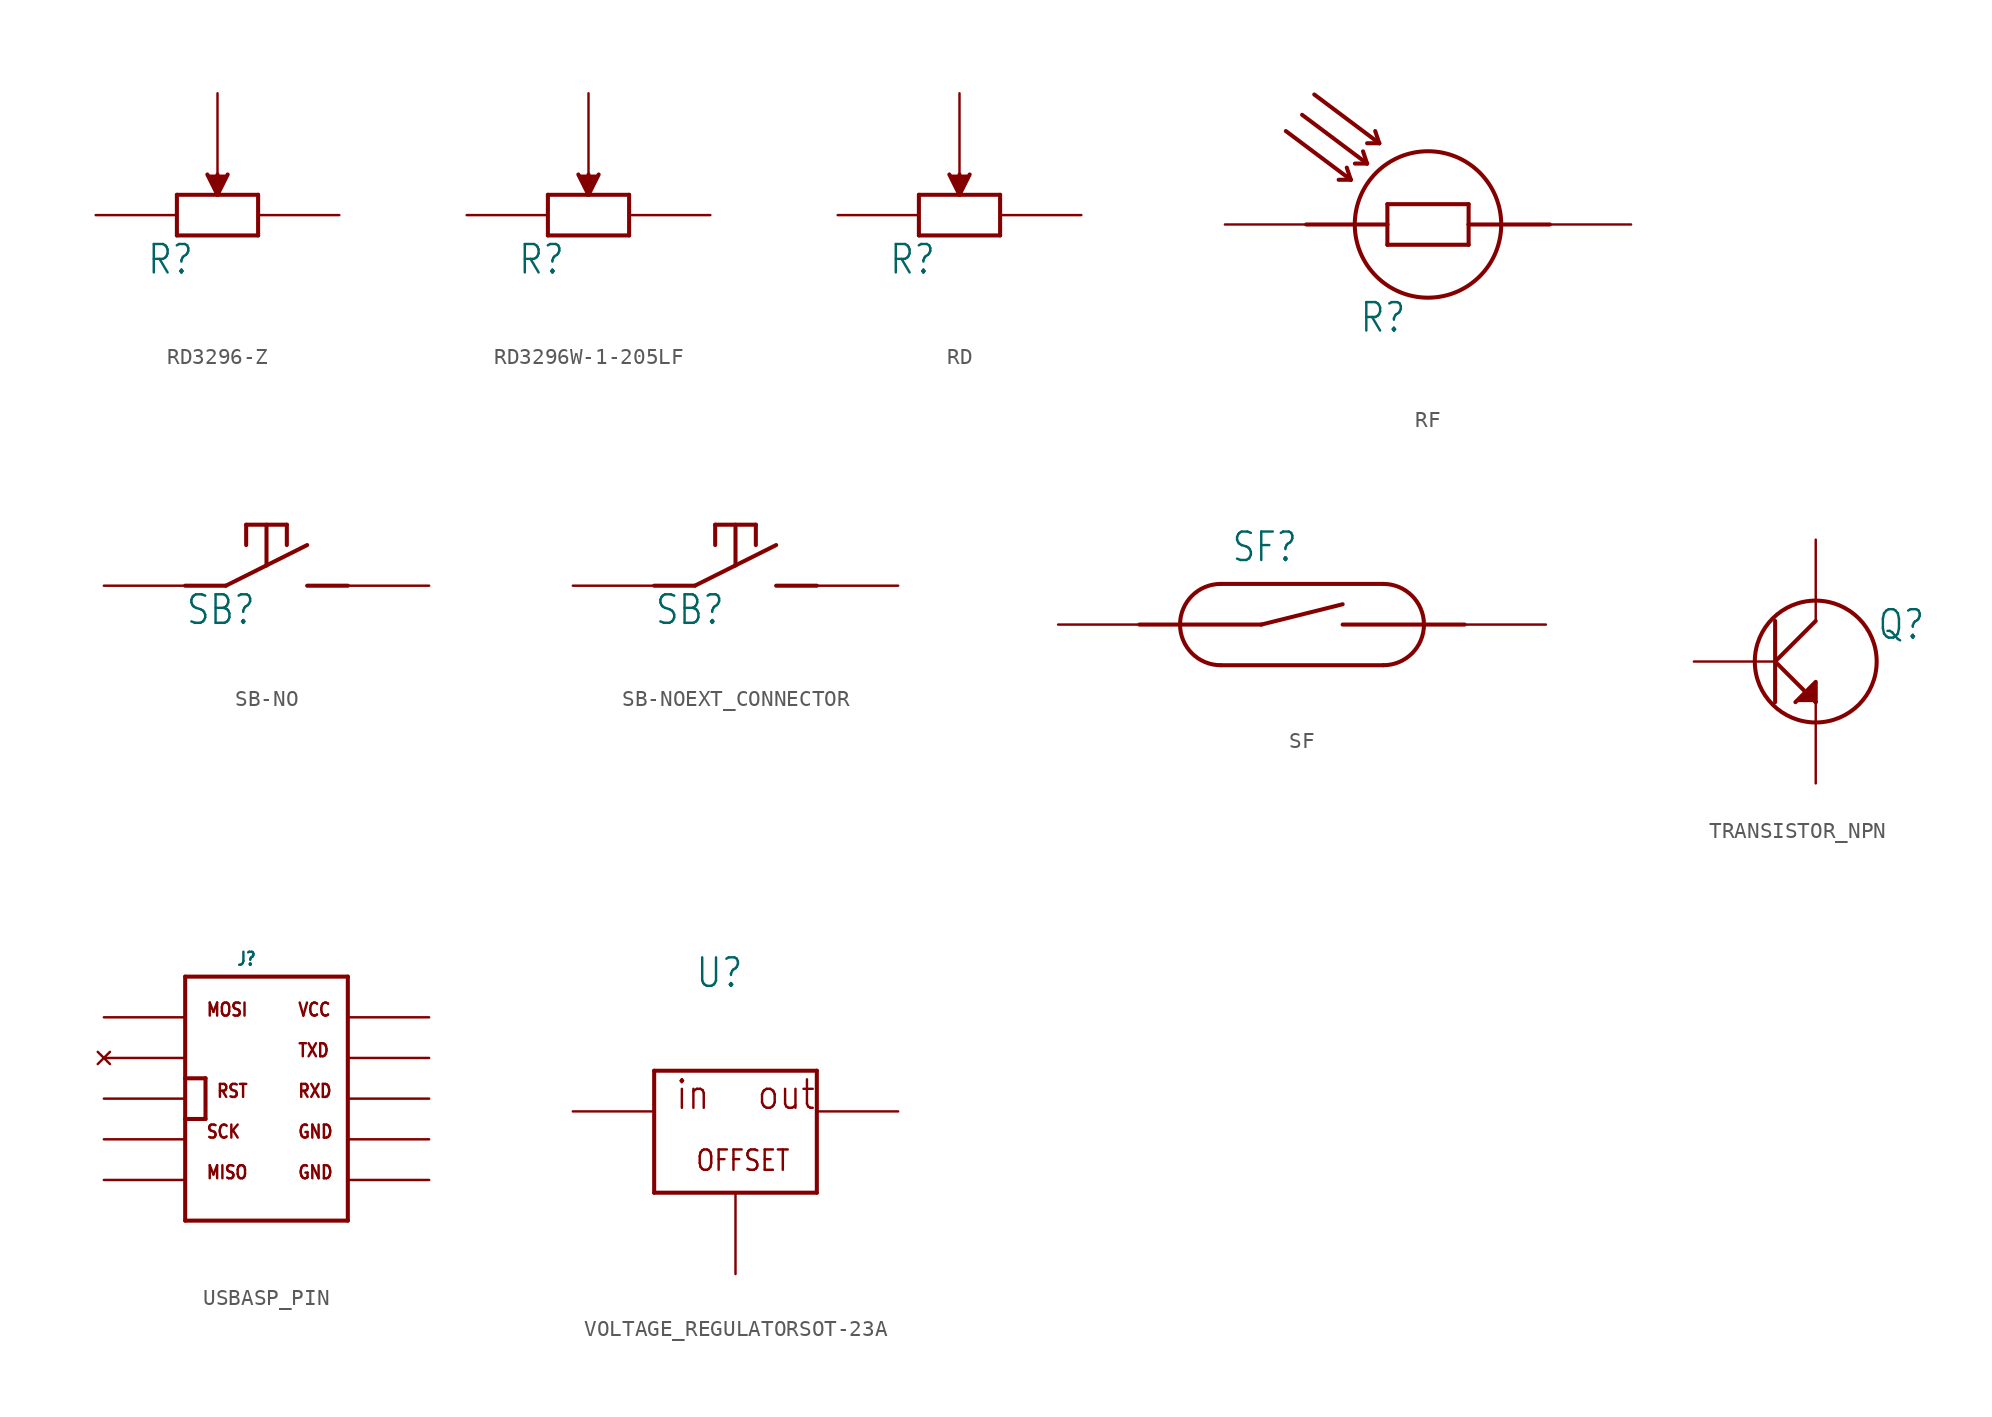
<source format=kicad_sym>
(kicad_symbol_lib
  (version 20231120)
  (generator "kicad_symbol_editor")
  (generator_version "8.0")
  (symbol "RD3296-Z"
    (property "Reference" "R"
      (at -4.445 -3.81 0)
      (effects (font (size 1.778 1.511)) (justify left bottom)))
    (property "Value" ""
      (at -5.08 -6.35 0)
      (effects (font (size 1.778 1.511)) (justify left bottom)))
    (property "ki_locked" ""
      (at 0 0 0)
      (effects (font (size 1.27 1.27))))
    (symbol "RD3296-Z_1_0"
      (polyline (pts (xy -2.54 -1.27) (xy 2.54 -1.27)) (stroke (width 0.254) (type solid)) (fill (type none)))
      (polyline (pts (xy -2.54 1.27) (xy -2.54 -1.27)) (stroke (width 0.254) (type solid)) (fill (type none)))
      (polyline (pts (xy -2.54 1.27) (xy 0 1.27)) (stroke (width 0.254) (type solid)) (fill (type none)))
      (polyline (pts (xy 0 1.27) (xy 0 2.54)) (stroke (width 0.254) (type solid)) (fill (type none)))
      (polyline (pts (xy 2.54 -1.27) (xy 2.54 1.27)) (stroke (width 0.254) (type solid)) (fill (type none)))
      (polyline (pts (xy 2.54 1.27) (xy 0 1.27)) (stroke (width 0.254) (type solid)) (fill (type none)))
      (polyline (pts (xy -0.635 2.54) (xy 0 1.27) (xy 0.635 2.54)) (stroke (width 0.254) (type solid)) (fill (type outline)))
      (pin bidirectional line (at -7.62 0 0) (length 5.08) (name "P1" (effects (font (size 0 0)))) (number "P1" (effects (font (size 0 0)))))
      (pin bidirectional line (at 7.62 0 180) (length 5.08) (name "P2" (effects (font (size 0 0)))) (number "P2" (effects (font (size 0 0)))))
      (pin bidirectional line (at 0 7.62 270) (length 5.08) (name "P3" (effects (font (size 0 0)))) (number "P3" (effects (font (size 0 0)))))))
  (symbol "RD3296W-1-205LF"
    (property "Reference" "R"
      (at -4.445 -3.81 0)
      (effects (font (size 1.778 1.511)) (justify left bottom)))
    (property "Value" ""
      (at -5.08 -6.35 0)
      (effects (font (size 1.778 1.511)) (justify left bottom)))
    (property "ki_locked" ""
      (at 0 0 0)
      (effects (font (size 1.27 1.27))))
    (symbol "RD3296W-1-205LF_1_0"
      (polyline (pts (xy -2.54 -1.27) (xy 2.54 -1.27)) (stroke (width 0.254) (type solid)) (fill (type none)))
      (polyline (pts (xy -2.54 1.27) (xy -2.54 -1.27)) (stroke (width 0.254) (type solid)) (fill (type none)))
      (polyline (pts (xy -2.54 1.27) (xy 0 1.27)) (stroke (width 0.254) (type solid)) (fill (type none)))
      (polyline (pts (xy 0 1.27) (xy 0 2.54)) (stroke (width 0.254) (type solid)) (fill (type none)))
      (polyline (pts (xy 2.54 -1.27) (xy 2.54 1.27)) (stroke (width 0.254) (type solid)) (fill (type none)))
      (polyline (pts (xy 2.54 1.27) (xy 0 1.27)) (stroke (width 0.254) (type solid)) (fill (type none)))
      (polyline (pts (xy -0.635 2.54) (xy 0 1.27) (xy 0.635 2.54)) (stroke (width 0.254) (type solid)) (fill (type outline)))
      (pin bidirectional line (at -7.62 0 0) (length 5.08) (name "P1" (effects (font (size 0 0)))) (number "P1" (effects (font (size 0 0)))))
      (pin bidirectional line (at 7.62 0 180) (length 5.08) (name "P2" (effects (font (size 0 0)))) (number "P2" (effects (font (size 0 0)))))
      (pin bidirectional line (at 0 7.62 270) (length 5.08) (name "P3" (effects (font (size 0 0)))) (number "P3" (effects (font (size 0 0)))))))
  (symbol "RD"
    (property "Reference" "R"
      (at -4.445 -3.81 0)
      (effects (font (size 1.778 1.511)) (justify left bottom)))
    (property "Value" ""
      (at -5.08 -6.35 0)
      (effects (font (size 1.778 1.511)) (justify left bottom)))
    (property "ki_locked" ""
      (at 0 0 0)
      (effects (font (size 1.27 1.27))))
    (symbol "RD_1_0"
      (polyline (pts (xy -2.54 -1.27) (xy 2.54 -1.27)) (stroke (width 0.254) (type solid)) (fill (type none)))
      (polyline (pts (xy -2.54 1.27) (xy -2.54 -1.27)) (stroke (width 0.254) (type solid)) (fill (type none)))
      (polyline (pts (xy -2.54 1.27) (xy 0 1.27)) (stroke (width 0.254) (type solid)) (fill (type none)))
      (polyline (pts (xy 0 1.27) (xy 0 2.54)) (stroke (width 0.254) (type solid)) (fill (type none)))
      (polyline (pts (xy 2.54 -1.27) (xy 2.54 1.27)) (stroke (width 0.254) (type solid)) (fill (type none)))
      (polyline (pts (xy 2.54 1.27) (xy 0 1.27)) (stroke (width 0.254) (type solid)) (fill (type none)))
      (polyline (pts (xy -0.635 2.54) (xy 0 1.27) (xy 0.635 2.54)) (stroke (width 0.254) (type solid)) (fill (type outline)))
      (pin bidirectional line (at -7.62 0 0) (length 5.08) (name "P1" (effects (font (size 0 0)))) (number "P1" (effects (font (size 0 0)))))
      (pin bidirectional line (at 7.62 0 180) (length 5.08) (name "P2" (effects (font (size 0 0)))) (number "P2" (effects (font (size 0 0)))))
      (pin bidirectional line (at 0 7.62 270) (length 5.08) (name "P3" (effects (font (size 0 0)))) (number "P3" (effects (font (size 0 0)))))))
  (symbol "RF"
    (property "Reference" "R"
      (at -4.318 -6.858 0)
      (effects (font (size 1.778 1.511)) (justify left bottom)))
    (property "Value" ""
      (at -4.318 -9.398 0)
      (effects (font (size 1.778 1.511)) (justify left bottom)))
    (property "ki_locked" ""
      (at 0 0 0)
      (effects (font (size 1.27 1.27))))
    (symbol "RF_1_0"
      (polyline (pts (xy -8.89 5.842) (xy -4.826 2.794)) (stroke (width 0.254) (type solid)) (fill (type none)))
      (polyline (pts (xy -7.874 6.858) (xy -3.81 3.81)) (stroke (width 0.254) (type solid)) (fill (type none)))
      (polyline (pts (xy -7.62 0) (xy -2.54 0)) (stroke (width 0.254) (type solid)) (fill (type none)))
      (polyline (pts (xy -7.112 8.128) (xy -3.048 5.08)) (stroke (width 0.254) (type solid)) (fill (type none)))
      (polyline (pts (xy -4.826 2.794) (xy -5.588 2.794)) (stroke (width 0.254) (type solid)) (fill (type none)))
      (polyline (pts (xy -4.826 2.794) (xy -5.08 3.556)) (stroke (width 0.254) (type solid)) (fill (type none)))
      (polyline (pts (xy -3.81 3.81) (xy -4.572 3.81)) (stroke (width 0.254) (type solid)) (fill (type none)))
      (polyline (pts (xy -3.81 3.81) (xy -4.064 4.572)) (stroke (width 0.254) (type solid)) (fill (type none)))
      (polyline (pts (xy -3.048 5.08) (xy -3.81 5.08)) (stroke (width 0.254) (type solid)) (fill (type none)))
      (polyline (pts (xy -3.048 5.08) (xy -3.302 5.842)) (stroke (width 0.254) (type solid)) (fill (type none)))
      (polyline (pts (xy -2.54 -1.27) (xy 2.54 -1.27)) (stroke (width 0.254) (type solid)) (fill (type none)))
      (polyline (pts (xy -2.54 0) (xy -2.54 -1.27)) (stroke (width 0.254) (type solid)) (fill (type none)))
      (polyline (pts (xy -2.54 1.27) (xy -2.54 0)) (stroke (width 0.254) (type solid)) (fill (type none)))
      (polyline (pts (xy 2.54 -1.27) (xy 2.54 0)) (stroke (width 0.254) (type solid)) (fill (type none)))
      (polyline (pts (xy 2.54 0) (xy 2.54 1.27)) (stroke (width 0.254) (type solid)) (fill (type none)))
      (polyline (pts (xy 2.54 0) (xy 7.62 0)) (stroke (width 0.254) (type solid)) (fill (type none)))
      (polyline (pts (xy 2.54 1.27) (xy -2.54 1.27)) (stroke (width 0.254) (type solid)) (fill (type none)))
      (circle (center 0 0) (radius 4.579) (stroke (width 0.254) (type solid)) (fill (type none)))
      (pin bidirectional line (at -12.7 0 0) (length 5.08) (name "P$1" (effects (font (size 0 0)))) (number "PIN1" (effects (font (size 0 0)))))
      (pin bidirectional line (at 12.7 0 180) (length 5.08) (name "P$2" (effects (font (size 0 0)))) (number "PIN2" (effects (font (size 0 0)))))))
  (symbol "SB-NO"
    (property "Reference" "SB"
      (at -5.08 -2.54 0)
      (effects (font (size 1.778 1.511)) (justify left bottom)))
    (property "Value" ""
      (at -5.08 -5.08 0)
      (effects (font (size 1.778 1.511)) (justify left bottom)))
    (property "ki_locked" ""
      (at 0 0 0)
      (effects (font (size 1.27 1.27))))
    (symbol "SB-NO_1_0"
      (polyline (pts (xy -5.08 0) (xy -2.54 0)) (stroke (width 0.254) (type solid)) (fill (type none)))
      (polyline (pts (xy -2.54 0) (xy 0 1.27)) (stroke (width 0.254) (type solid)) (fill (type none)))
      (polyline (pts (xy -1.27 2.54) (xy -1.27 3.81)) (stroke (width 0.254) (type solid)) (fill (type none)))
      (polyline (pts (xy -1.27 3.81) (xy 1.27 3.81)) (stroke (width 0.254) (type solid)) (fill (type none)))
      (polyline (pts (xy 0 1.27) (xy 0 3.81)) (stroke (width 0.254) (type solid)) (fill (type none)))
      (polyline (pts (xy 0 1.27) (xy 2.54 2.54)) (stroke (width 0.254) (type solid)) (fill (type none)))
      (polyline (pts (xy 1.27 2.54) (xy 1.27 3.81)) (stroke (width 0.254) (type solid)) (fill (type none)))
      (polyline (pts (xy 5.08 0) (xy 2.54 0)) (stroke (width 0.254) (type solid)) (fill (type none)))
      (pin bidirectional line (at -10.16 0 0) (length 5.08) (name "P$1" (effects (font (size 0 0)))) (number "A" (effects (font (size 0 0)))))
      (pin bidirectional line (at 10.16 0 180) (length 5.08) (name "P$2" (effects (font (size 0 0)))) (number "B" (effects (font (size 0 0)))))))
  (symbol "SB-NOEXT_CONNECTOR"
    (property "Reference" "SB"
      (at -5.08 -2.54 0)
      (effects (font (size 1.778 1.511)) (justify left bottom)))
    (property "Value" ""
      (at -5.08 -5.08 0)
      (effects (font (size 1.778 1.511)) (justify left bottom)))
    (property "ki_locked" ""
      (at 0 0 0)
      (effects (font (size 1.27 1.27))))
    (symbol "SB-NOEXT_CONNECTOR_1_0"
      (polyline (pts (xy -5.08 0) (xy -2.54 0)) (stroke (width 0.254) (type solid)) (fill (type none)))
      (polyline (pts (xy -2.54 0) (xy 0 1.27)) (stroke (width 0.254) (type solid)) (fill (type none)))
      (polyline (pts (xy -1.27 2.54) (xy -1.27 3.81)) (stroke (width 0.254) (type solid)) (fill (type none)))
      (polyline (pts (xy -1.27 3.81) (xy 1.27 3.81)) (stroke (width 0.254) (type solid)) (fill (type none)))
      (polyline (pts (xy 0 1.27) (xy 0 3.81)) (stroke (width 0.254) (type solid)) (fill (type none)))
      (polyline (pts (xy 0 1.27) (xy 2.54 2.54)) (stroke (width 0.254) (type solid)) (fill (type none)))
      (polyline (pts (xy 1.27 2.54) (xy 1.27 3.81)) (stroke (width 0.254) (type solid)) (fill (type none)))
      (polyline (pts (xy 5.08 0) (xy 2.54 0)) (stroke (width 0.254) (type solid)) (fill (type none)))
      (pin bidirectional line (at -10.16 0 0) (length 5.08) (name "P$1" (effects (font (size 0 0)))) (number "P$1" (effects (font (size 0 0)))))
      (pin bidirectional line (at 10.16 0 180) (length 5.08) (name "P$2" (effects (font (size 0 0)))) (number "P$2" (effects (font (size 0 0)))))))
  (symbol "SF"
    (property "Reference" "SF"
      (at -4.445 3.81 0)
      (effects (font (size 1.778 1.511)) (justify left bottom)))
    (property "Value" ""
      (at -4.445 -5.08 0)
      (effects (font (size 1.778 1.511)) (justify left bottom)))
    (property "ki_locked" ""
      (at 0 0 0)
      (effects (font (size 1.27 1.27))))
    (symbol "SF_1_0"
      (arc (start -5.08 2.54) (mid -7.62 0) (end -5.08 -2.54) (stroke (width 0.254) (type solid)) (fill (type none)))
      (polyline (pts (xy -10.16 0) (xy -2.54 0)) (stroke (width 0.254) (type solid)) (fill (type none)))
      (polyline (pts (xy -5.08 -2.54) (xy 5.08 -2.54)) (stroke (width 0.254) (type solid)) (fill (type none)))
      (polyline (pts (xy -5.08 2.54) (xy 5.08 2.54)) (stroke (width 0.254) (type solid)) (fill (type none)))
      (polyline (pts (xy -2.54 0) (xy 2.54 1.27)) (stroke (width 0.254) (type solid)) (fill (type none)))
      (polyline (pts (xy 2.54 0) (xy 10.16 0)) (stroke (width 0.254) (type solid)) (fill (type none)))
      (arc (start 5.08 -2.54) (mid 7.62 0) (end 5.08 2.54) (stroke (width 0.254) (type solid)) (fill (type none)))
      (pin bidirectional line (at -15.24 0 0) (length 5.08) (name "P$1" (effects (font (size 0 0)))) (number "P$1" (effects (font (size 0 0)))))
      (pin bidirectional line (at 15.24 0 180) (length 5.08) (name "P$2" (effects (font (size 0 0)))) (number "P$2" (effects (font (size 0 0)))))))
  (symbol "TRANSISTOR_NPN"
    (property "Reference" "Q"
      (at 3.81 1.27 0)
      (effects (font (size 1.778 1.511)) (justify left bottom)))
    (property "Value" ""
      (at 3.81 -2.54 0)
      (effects (font (size 1.778 1.511)) (justify left bottom)))
    (property "ki_locked" ""
      (at 0 0 0)
      (effects (font (size 1.27 1.27))))
    (symbol "TRANSISTOR_NPN_1_0"
      (polyline (pts (xy -2.54 0) (xy -2.54 -2.54)) (stroke (width 0.254) (type solid)) (fill (type none)))
      (polyline (pts (xy -2.54 2.54) (xy -2.54 0)) (stroke (width 0.254) (type solid)) (fill (type none)))
      (polyline (pts (xy 0 -2.54) (xy -2.54 0)) (stroke (width 0.254) (type solid)) (fill (type none)))
      (polyline (pts (xy 0 2.54) (xy -2.54 0)) (stroke (width 0.254) (type solid)) (fill (type none)))
      (polyline (pts (xy 0 -2.54) (xy 0 -1.27) (xy -1.27 -2.54)) (stroke (width 0.254) (type solid)) (fill (type outline)))
      (circle (center 0 0) (radius 3.81) (stroke (width 0.254) (type solid)) (fill (type none)))
      (pin bidirectional line (at -7.62 0 0) (length 5.08) (name "B" (effects (font (size 0 0)))) (number "B" (effects (font (size 0 0)))))
      (pin bidirectional line (at 0 7.62 270) (length 5.08) (name "C" (effects (font (size 0 0)))) (number "C" (effects (font (size 0 0)))))
      (pin bidirectional line (at 0 -7.62 90) (length 5.08) (name "E" (effects (font (size 0 0)))) (number "E" (effects (font (size 0 0)))))))
  (symbol "USBASP_PIN"
    (property "Reference" "J"
      (at -1.905 8.255 0)
      (effects (font (size 0.813 0.691)) (justify left bottom)))
    (property "Value" ""
      (at -1.905 -9.525 0)
      (effects (font (size 0.813 0.691)) (justify left bottom)))
    (property "ki_locked" ""
      (at 0 0 0)
      (effects (font (size 1.27 1.27))))
    (symbol "USBASP_PIN_1_0"
      (polyline (pts (xy -5.08 -7.62) (xy 5.08 -7.62)) (stroke (width 0.254) (type solid)) (fill (type none)))
      (polyline (pts (xy -5.08 -1.27) (xy -5.08 -7.62)) (stroke (width 0.254) (type solid)) (fill (type none)))
      (polyline (pts (xy -5.08 1.27) (xy -5.08 -1.27)) (stroke (width 0.254) (type solid)) (fill (type none)))
      (polyline (pts (xy -5.08 1.27) (xy -3.81 1.27)) (stroke (width 0.254) (type solid)) (fill (type none)))
      (polyline (pts (xy -5.08 7.62) (xy -5.08 1.27)) (stroke (width 0.254) (type solid)) (fill (type none)))
      (polyline (pts (xy -3.81 -1.27) (xy -5.08 -1.27)) (stroke (width 0.254) (type solid)) (fill (type none)))
      (polyline (pts (xy -3.81 1.27) (xy -3.81 -1.27)) (stroke (width 0.254) (type solid)) (fill (type none)))
      (polyline (pts (xy 5.08 -7.62) (xy 5.08 7.62)) (stroke (width 0.254) (type solid)) (fill (type none)))
      (polyline (pts (xy 5.08 7.62) (xy -5.08 7.62)) (stroke (width 0.254) (type solid)) (fill (type none)))
      (text "GND" (at 1.905 -5.08 0) (effects (font (size 0.813 0.691)) (justify left bottom)))
      (text "GND" (at 1.905 -2.54 0) (effects (font (size 0.813 0.691)) (justify left bottom)))
      (text "MISO" (at -3.81 -5.08 0) (effects (font (size 0.813 0.691)) (justify left bottom)))
      (text "MOSI" (at -3.81 5.08 0) (effects (font (size 0.813 0.691)) (justify left bottom)))
      (text "RST" (at -3.175 0 0) (effects (font (size 0.813 0.691)) (justify left bottom)))
      (text "RXD" (at 1.905 0 0) (effects (font (size 0.813 0.691)) (justify left bottom)))
      (text "SCK" (at -3.81 -2.54 0) (effects (font (size 0.813 0.691)) (justify left bottom)))
      (text "TXD" (at 1.905 2.54 0) (effects (font (size 0.813 0.691)) (justify left bottom)))
      (text "VCC" (at 1.905 5.08 0) (effects (font (size 0.813 0.691)) (justify left bottom)))
      (pin power_in line (at 10.16 -2.54 180) (length 5.08) (name "GND" (effects (font (size 0 0)))) (number "GND" (effects (font (size 0 0)))))
      (pin power_in line (at 10.16 -5.08 180) (length 5.08) (name "GND1" (effects (font (size 0 0)))) (number "GND1" (effects (font (size 0 0)))))
      (pin bidirectional line (at -10.16 -5.08 0) (length 5.08) (name "MISO" (effects (font (size 0 0)))) (number "MISO" (effects (font (size 0 0)))))
      (pin bidirectional line (at -10.16 5.08 0) (length 5.08) (name "MOSI" (effects (font (size 0 0)))) (number "MOSI" (effects (font (size 0 0)))))
      (pin no_connect line (at -10.16 2.54 0) (length 5.08) (name "NC1" (effects (font (size 0 0)))) (number "NC1" (effects (font (size 0 0)))))
      (pin bidirectional line (at -10.16 0 0) (length 5.08) (name "RESET" (effects (font (size 0 0)))) (number "RST" (effects (font (size 0 0)))))
      (pin bidirectional line (at 10.16 0 180) (length 5.08) (name "RXD" (effects (font (size 0 0)))) (number "RXD" (effects (font (size 0 0)))))
      (pin bidirectional line (at -10.16 -2.54 0) (length 5.08) (name "SCK" (effects (font (size 0 0)))) (number "SCK" (effects (font (size 0 0)))))
      (pin bidirectional line (at 10.16 2.54 180) (length 5.08) (name "TXD" (effects (font (size 0 0)))) (number "TXD" (effects (font (size 0 0)))))
      (pin power_in line (at 10.16 5.08 180) (length 5.08) (name "VCC" (effects (font (size 0 0)))) (number "VCC" (effects (font (size 0 0)))))))
  (symbol "VOLTAGE_REGULATORSOT-23A"
    (property "Reference" "U"
      (at -2.54 10.16 0)
      (effects (font (size 1.778 1.511)) (justify left bottom)))
    (property "Value" ""
      (at -2.54 7.62 0)
      (effects (font (size 1.778 1.511)) (justify left bottom)))
    (property "ki_locked" ""
      (at 0 0 0)
      (effects (font (size 1.27 1.27))))
    (symbol "VOLTAGE_REGULATORSOT-23A_1_0"
      (polyline (pts (xy -5.08 -2.54) (xy 5.08 -2.54)) (stroke (width 0.254) (type solid)) (fill (type none)))
      (polyline (pts (xy -5.08 5.08) (xy -5.08 -2.54)) (stroke (width 0.254) (type solid)) (fill (type none)))
      (polyline (pts (xy 5.08 -2.54) (xy 5.08 5.08)) (stroke (width 0.254) (type solid)) (fill (type none)))
      (polyline (pts (xy 5.08 5.08) (xy -5.08 5.08)) (stroke (width 0.254) (type solid)) (fill (type none)))
      (text "in" (at -3.81 2.54 0) (effects (font (size 1.778 1.511)) (justify left bottom)))
      (text "OFFSET" (at -2.54 -1.27 0) (effects (font (size 1.27 1.079)) (justify left bottom)))
      (text "out" (at 1.27 2.54 0) (effects (font (size 1.778 1.511)) (justify left bottom)))
      (pin power_in line (at 0 -7.62 90) (length 5.08) (name "GND" (effects (font (size 0 0)))) (number "P1" (effects (font (size 0 0)))))
      (pin power_in line (at 10.16 2.54 180) (length 5.08) (name "OUT" (effects (font (size 0 0)))) (number "P2" (effects (font (size 0 0)))))
      (pin power_in line (at -10.16 2.54 0) (length 5.08) (name "IN" (effects (font (size 0 0)))) (number "P3" (effects (font (size 0 0))))))))
</source>
